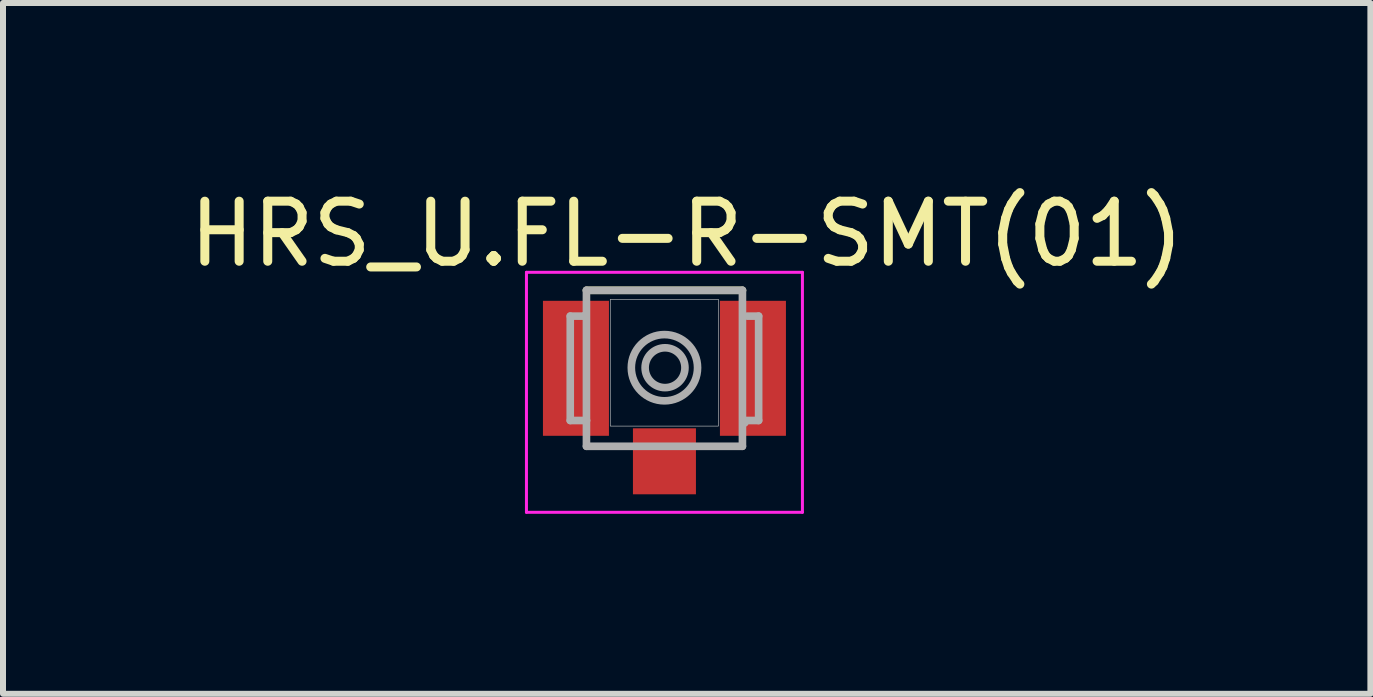
<source format=kicad_pcb>
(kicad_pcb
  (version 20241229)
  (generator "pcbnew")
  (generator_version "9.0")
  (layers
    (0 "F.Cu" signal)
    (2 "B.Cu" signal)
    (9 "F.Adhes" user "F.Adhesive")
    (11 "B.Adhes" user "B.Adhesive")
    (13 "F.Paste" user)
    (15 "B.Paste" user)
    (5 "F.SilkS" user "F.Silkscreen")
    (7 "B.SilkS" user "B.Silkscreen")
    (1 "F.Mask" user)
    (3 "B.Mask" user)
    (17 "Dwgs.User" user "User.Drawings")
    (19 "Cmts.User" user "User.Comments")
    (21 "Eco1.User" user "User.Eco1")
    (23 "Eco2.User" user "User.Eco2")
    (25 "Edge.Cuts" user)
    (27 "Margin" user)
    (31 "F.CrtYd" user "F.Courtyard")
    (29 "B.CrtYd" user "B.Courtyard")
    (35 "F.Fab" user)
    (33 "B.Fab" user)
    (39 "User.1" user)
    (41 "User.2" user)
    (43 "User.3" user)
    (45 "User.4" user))
  (footprint "HRS_U.FL-R-SMT(01)"
    (layer "F.Cu")
    (at 8.025 3.089)
    (property "Reference" "HRS_U.FL-R-SMT(01)" (at 0.371 -2.24 0) (layer "F.SilkS") (effects (font (size 1.001 1.001) (thickness 0.15))))
    (attr through_hole)
    (fp_line (start 1.3 -1.3) (end -1.3 -1.3) (stroke (width 0.127) (type solid)) (layer "F.SilkS"))
    (fp_poly (pts (xy -0.903 -1.15) (xy 0.9 -1.15) (xy 0.9 0.963) (xy -0.903 0.963)) (stroke (width 0.01) (type solid)) (fill no) (layer "Dwgs.User"))
    (fp_line (start -2.3 -1.6) (end -2.3 2.4) (stroke (width 0.05) (type solid)) (layer "F.CrtYd"))
    (fp_line (start -2.3 2.4) (end 2.3 2.4) (stroke (width 0.05) (type solid)) (layer "F.CrtYd"))
    (fp_line (start 2.3 -1.6) (end -2.3 -1.6) (stroke (width 0.05) (type solid)) (layer "F.CrtYd"))
    (fp_line (start 2.3 2.4) (end 2.3 -1.6) (stroke (width 0.05) (type solid)) (layer "F.CrtYd"))
    (fp_line (start -1.57 -0.87) (end -1.57 0.87) (stroke (width 0.127) (type solid)) (layer "F.Fab"))
    (fp_line (start -1.57 -0.87) (end -1.33 -0.87) (stroke (width 0.127) (type solid)) (layer "F.Fab"))
    (fp_line (start -1.57 0.87) (end -1.3 0.87) (stroke (width 0.127) (type solid)) (layer "F.Fab"))
    (fp_line (start -1.33 -0.87) (end -1.33 -0.88) (stroke (width 0.127) (type solid)) (layer "F.Fab"))
    (fp_line (start -1.3 -1.3) (end 1.3 -1.3) (stroke (width 0.127) (type solid)) (layer "F.Fab"))
    (fp_line (start -1.3 0.87) (end -1.3 -1.3) (stroke (width 0.127) (type solid)) (layer "F.Fab"))
    (fp_line (start -1.3 1.3) (end -1.3 0.87) (stroke (width 0.127) (type solid)) (layer "F.Fab"))
    (fp_line (start -1.3 1.3) (end 1.3 1.3) (stroke (width 0.127) (type solid)) (layer "F.Fab"))
    (fp_line (start 1.3 -1.3) (end 1.3 1.3) (stroke (width 0.127) (type solid)) (layer "F.Fab"))
    (fp_line (start 1.34 0.9) (end 1.34 0.91) (stroke (width 0.127) (type solid)) (layer "F.Fab"))
    (fp_line (start 1.38 -0.87) (end 1.57 -0.87) (stroke (width 0.127) (type solid)) (layer "F.Fab"))
    (fp_line (start 1.57 -0.87) (end 1.57 0.87) (stroke (width 0.127) (type solid)) (layer "F.Fab"))
    (fp_line (start 1.57 0.87) (end 1.34 0.87) (stroke (width 0.127) (type solid)) (layer "F.Fab"))
    (fp_circle (center 0 -0.01) (end 0.552 -0.01) (stroke (width 0.127) (type solid)) (fill no) (layer "F.Fab"))
    (fp_circle (center 0.01 -0.01) (end 0.342 -0.01) (stroke (width 0.127) (type solid)) (fill no) (layer "F.Fab"))
    (pad "1" smd rect (at -1.475 0) (size 1.1 2.25) (layers "F.Cu" "F.Mask" "F.Paste"))
    (pad "2" smd rect (at 1.475 0) (size 1.1 2.25) (layers "F.Cu" "F.Mask" "F.Paste"))
    (pad "3" smd rect (at 0 1.55) (size 1.05 1.1) (layers "F.Cu" "F.Mask" "F.Paste")))
  (gr_rect
    (start -3 -3)
    (end 19.792 8.514)
    (stroke (width 0.1) (type default))
    (fill no)
    (layer "Edge.Cuts")))
</source>
